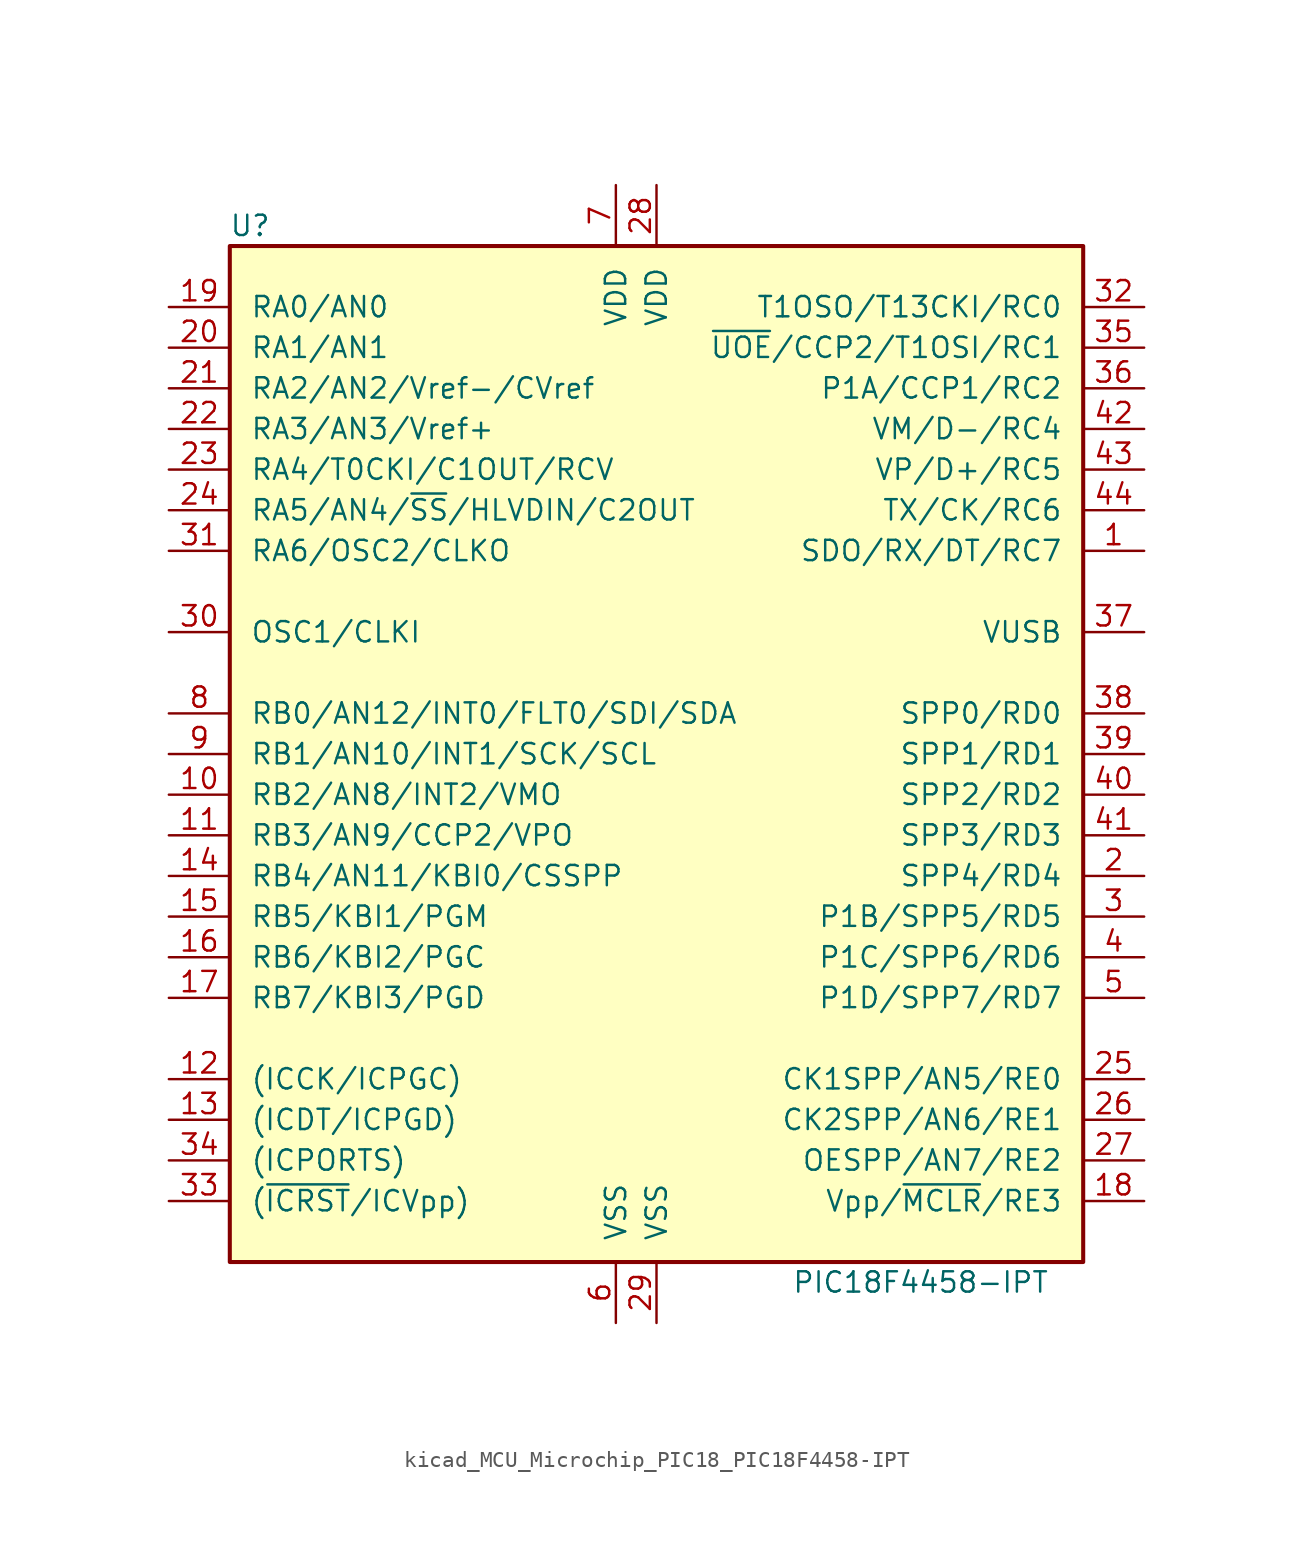
<source format=kicad_sym>
(kicad_symbol_lib
  (version 20220914)
  (generator kicad_symbol_editor)
  (symbol "kicad_MCU_Microchip_PIC18_PIC18F4458-IPT"
    (pin_names
      (offset 1.27))
    (property "Reference" "U"
      (at -25.4 33.02 0)
      (effects (font (size 1.27 1.27))))
    (property "Value" "PIC18F4458-IPT"
      (at 16.51 -33.02 0)
      (effects (font (size 1.27 1.27))))
    (symbol "kicad_MCU_Microchip_PIC18_PIC18F4458-IPT_0_1"
      (rectangle (start -26.67 31.75) (end 26.67 -31.75) (stroke (width 0.254) (type default)) (fill (type background))))
    (symbol "kicad_MCU_Microchip_PIC18_PIC18F4458-IPT_1_1"
      (pin bidirectional line (at 30.48 12.7 180) (length 3.81) (name "SDO/RX/DT/RC7" (effects (font (size 1.27 1.27)))) (number "1" (effects (font (size 1.27 1.27)))))
      (pin bidirectional line (at -30.48 -2.54 0) (length 3.81) (name "RB2/AN8/INT2/VMO" (effects (font (size 1.27 1.27)))) (number "10" (effects (font (size 1.27 1.27)))))
      (pin bidirectional line (at -30.48 -5.08 0) (length 3.81) (name "RB3/AN9/CCP2/VPO" (effects (font (size 1.27 1.27)))) (number "11" (effects (font (size 1.27 1.27)))))
      (pin bidirectional line (at -30.48 -20.32 0) (length 3.81) (name "(ICCK/ICPGC)" (effects (font (size 1.27 1.27)))) (number "12" (effects (font (size 1.27 1.27)))))
      (pin bidirectional line (at -30.48 -22.86 0) (length 3.81) (name "(ICDT/ICPGD)" (effects (font (size 1.27 1.27)))) (number "13" (effects (font (size 1.27 1.27)))))
      (pin bidirectional line (at -30.48 -7.62 0) (length 3.81) (name "RB4/AN11/KBI0/CSSPP" (effects (font (size 1.27 1.27)))) (number "14" (effects (font (size 1.27 1.27)))))
      (pin bidirectional line (at -30.48 -10.16 0) (length 3.81) (name "RB5/KBI1/PGM" (effects (font (size 1.27 1.27)))) (number "15" (effects (font (size 1.27 1.27)))))
      (pin bidirectional line (at -30.48 -12.7 0) (length 3.81) (name "RB6/KBI2/PGC" (effects (font (size 1.27 1.27)))) (number "16" (effects (font (size 1.27 1.27)))))
      (pin bidirectional line (at -30.48 -15.24 0) (length 3.81) (name "RB7/KBI3/PGD" (effects (font (size 1.27 1.27)))) (number "17" (effects (font (size 1.27 1.27)))))
      (pin input line (at 30.48 -27.94 180) (length 3.81) (name "Vpp/~{MCLR}/RE3" (effects (font (size 1.27 1.27)))) (number "18" (effects (font (size 1.27 1.27)))))
      (pin bidirectional line (at -30.48 27.94 0) (length 3.81) (name "RA0/AN0" (effects (font (size 1.27 1.27)))) (number "19" (effects (font (size 1.27 1.27)))))
      (pin bidirectional line (at 30.48 -7.62 180) (length 3.81) (name "SPP4/RD4" (effects (font (size 1.27 1.27)))) (number "2" (effects (font (size 1.27 1.27)))))
      (pin bidirectional line (at -30.48 25.4 0) (length 3.81) (name "RA1/AN1" (effects (font (size 1.27 1.27)))) (number "20" (effects (font (size 1.27 1.27)))))
      (pin bidirectional line (at -30.48 22.86 0) (length 3.81) (name "RA2/AN2/Vref-/CVref" (effects (font (size 1.27 1.27)))) (number "21" (effects (font (size 1.27 1.27)))))
      (pin bidirectional line (at -30.48 20.32 0) (length 3.81) (name "RA3/AN3/Vref+" (effects (font (size 1.27 1.27)))) (number "22" (effects (font (size 1.27 1.27)))))
      (pin bidirectional line (at -30.48 17.78 0) (length 3.81) (name "RA4/T0CKI/C1OUT/RCV" (effects (font (size 1.27 1.27)))) (number "23" (effects (font (size 1.27 1.27)))))
      (pin bidirectional line (at -30.48 15.24 0) (length 3.81) (name "RA5/AN4/~{SS}/HLVDIN/C2OUT" (effects (font (size 1.27 1.27)))) (number "24" (effects (font (size 1.27 1.27)))))
      (pin bidirectional line (at 30.48 -20.32 180) (length 3.81) (name "CK1SPP/AN5/RE0" (effects (font (size 1.27 1.27)))) (number "25" (effects (font (size 1.27 1.27)))))
      (pin bidirectional line (at 30.48 -22.86 180) (length 3.81) (name "CK2SPP/AN6/RE1" (effects (font (size 1.27 1.27)))) (number "26" (effects (font (size 1.27 1.27)))))
      (pin bidirectional line (at 30.48 -25.4 180) (length 3.81) (name "OESPP/AN7/RE2" (effects (font (size 1.27 1.27)))) (number "27" (effects (font (size 1.27 1.27)))))
      (pin power_in line (at 0 35.56 270) (length 3.81) (name "VDD" (effects (font (size 1.27 1.27)))) (number "28" (effects (font (size 1.27 1.27)))))
      (pin power_in line (at 0 -35.56 90) (length 3.81) (name "VSS" (effects (font (size 1.27 1.27)))) (number "29" (effects (font (size 1.27 1.27)))))
      (pin bidirectional line (at 30.48 -10.16 180) (length 3.81) (name "P1B/SPP5/RD5" (effects (font (size 1.27 1.27)))) (number "3" (effects (font (size 1.27 1.27)))))
      (pin input line (at -30.48 7.62 0) (length 3.81) (name "OSC1/CLKI" (effects (font (size 1.27 1.27)))) (number "30" (effects (font (size 1.27 1.27)))))
      (pin bidirectional line (at -30.48 12.7 0) (length 3.81) (name "RA6/OSC2/CLKO" (effects (font (size 1.27 1.27)))) (number "31" (effects (font (size 1.27 1.27)))))
      (pin bidirectional line (at 30.48 27.94 180) (length 3.81) (name "T1OSO/T13CKI/RC0" (effects (font (size 1.27 1.27)))) (number "32" (effects (font (size 1.27 1.27)))))
      (pin input line (at -30.48 -27.94 0) (length 3.81) (name "(~{ICRST}/ICVpp)" (effects (font (size 1.27 1.27)))) (number "33" (effects (font (size 1.27 1.27)))))
      (pin input line (at -30.48 -25.4 0) (length 3.81) (name "(ICPORTS)" (effects (font (size 1.27 1.27)))) (number "34" (effects (font (size 1.27 1.27)))))
      (pin bidirectional line (at 30.48 25.4 180) (length 3.81) (name "~{UOE}/CCP2/T1OSI/RC1" (effects (font (size 1.27 1.27)))) (number "35" (effects (font (size 1.27 1.27)))))
      (pin bidirectional line (at 30.48 22.86 180) (length 3.81) (name "P1A/CCP1/RC2" (effects (font (size 1.27 1.27)))) (number "36" (effects (font (size 1.27 1.27)))))
      (pin bidirectional line (at 30.48 7.62 180) (length 3.81) (name "VUSB" (effects (font (size 1.27 1.27)))) (number "37" (effects (font (size 1.27 1.27)))))
      (pin bidirectional line (at 30.48 2.54 180) (length 3.81) (name "SPP0/RD0" (effects (font (size 1.27 1.27)))) (number "38" (effects (font (size 1.27 1.27)))))
      (pin bidirectional line (at 30.48 0 180) (length 3.81) (name "SPP1/RD1" (effects (font (size 1.27 1.27)))) (number "39" (effects (font (size 1.27 1.27)))))
      (pin bidirectional line (at 30.48 -12.7 180) (length 3.81) (name "P1C/SPP6/RD6" (effects (font (size 1.27 1.27)))) (number "4" (effects (font (size 1.27 1.27)))))
      (pin bidirectional line (at 30.48 -2.54 180) (length 3.81) (name "SPP2/RD2" (effects (font (size 1.27 1.27)))) (number "40" (effects (font (size 1.27 1.27)))))
      (pin bidirectional line (at 30.48 -5.08 180) (length 3.81) (name "SPP3/RD3" (effects (font (size 1.27 1.27)))) (number "41" (effects (font (size 1.27 1.27)))))
      (pin bidirectional line (at 30.48 20.32 180) (length 3.81) (name "VM/D-/RC4" (effects (font (size 1.27 1.27)))) (number "42" (effects (font (size 1.27 1.27)))))
      (pin bidirectional line (at 30.48 17.78 180) (length 3.81) (name "VP/D+/RC5" (effects (font (size 1.27 1.27)))) (number "43" (effects (font (size 1.27 1.27)))))
      (pin bidirectional line (at 30.48 15.24 180) (length 3.81) (name "TX/CK/RC6" (effects (font (size 1.27 1.27)))) (number "44" (effects (font (size 1.27 1.27)))))
      (pin bidirectional line (at 30.48 -15.24 180) (length 3.81) (name "P1D/SPP7/RD7" (effects (font (size 1.27 1.27)))) (number "5" (effects (font (size 1.27 1.27)))))
      (pin power_in line (at -2.54 -35.56 90) (length 3.81) (name "VSS" (effects (font (size 1.27 1.27)))) (number "6" (effects (font (size 1.27 1.27)))))
      (pin power_in line (at -2.54 35.56 270) (length 3.81) (name "VDD" (effects (font (size 1.27 1.27)))) (number "7" (effects (font (size 1.27 1.27)))))
      (pin bidirectional line (at -30.48 2.54 0) (length 3.81) (name "RB0/AN12/INT0/FLT0/SDI/SDA" (effects (font (size 1.27 1.27)))) (number "8" (effects (font (size 1.27 1.27)))))
      (pin bidirectional line (at -30.48 0 0) (length 3.81) (name "RB1/AN10/INT1/SCK/SCL" (effects (font (size 1.27 1.27)))) (number "9" (effects (font (size 1.27 1.27))))))))
</source>
